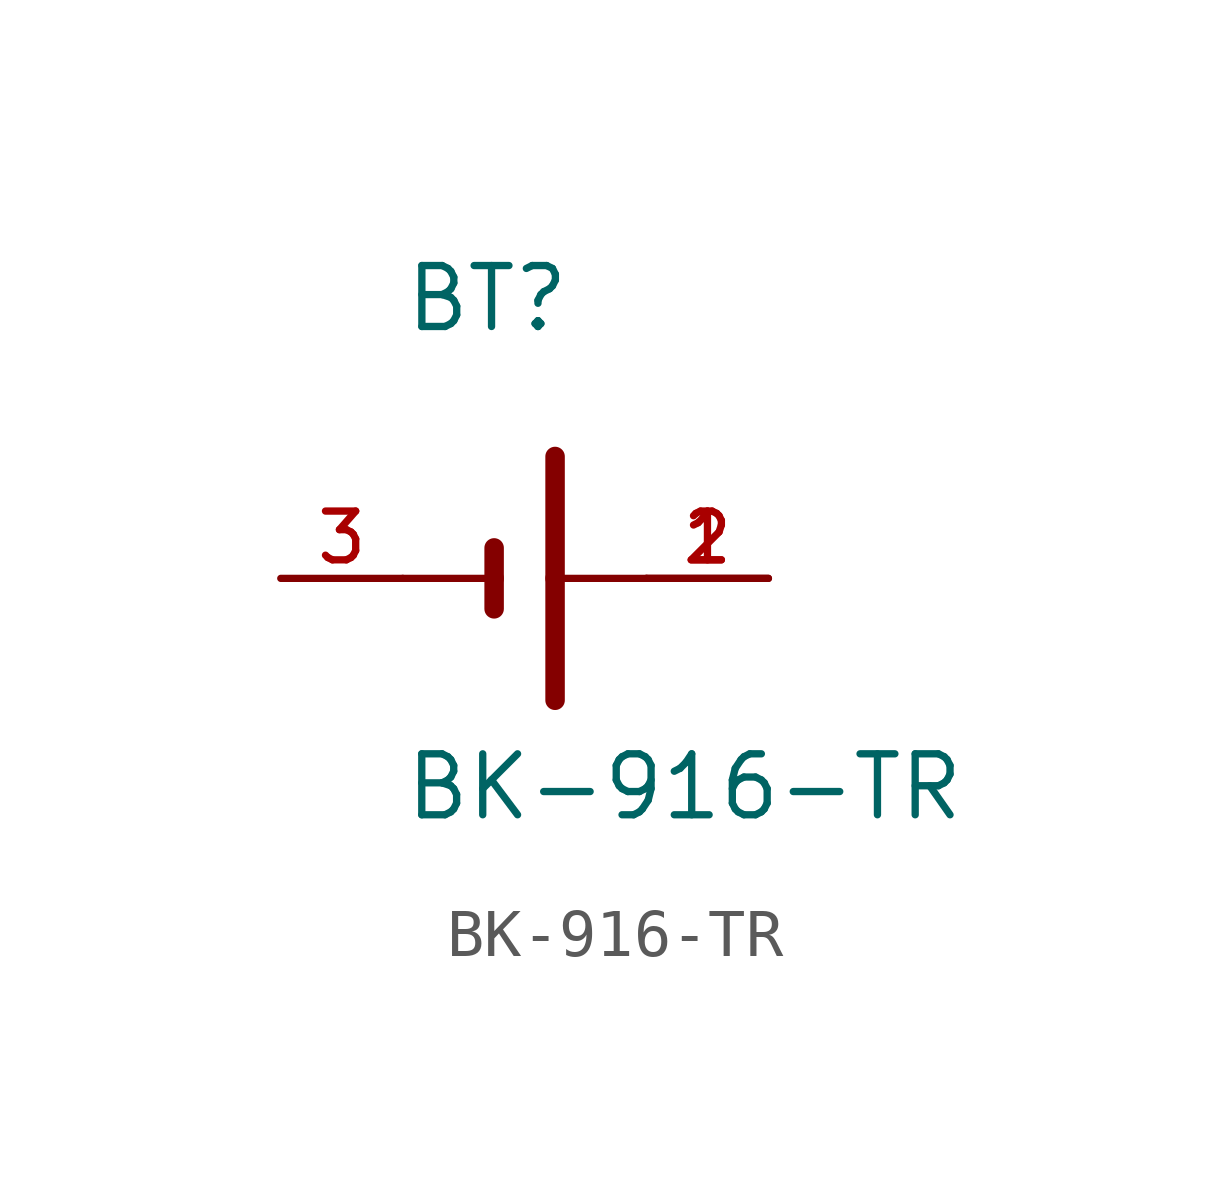
<source format=kicad_sym>
(kicad_symbol_lib
  (version 20211014)
  (generator kicad_symbol_editor)
  (symbol "BK-916-TR"
    (pin_names
      (offset 1.016))
    (property "Reference" "BT"
      (at -2.543 5.085 0)
      (effects (font (size 1.27 1.27)) (justify bottom left)))
    (property "Value" "BK-916-TR"
      (at -2.545 -5.089 0)
      (effects (font (size 1.27 1.27)) (justify bottom left)))
    (symbol "BK-916-TR_0_0"
      (polyline (pts (xy -0.635 0.635) (xy -0.635 0.0)) (stroke (width 0.406)))
      (polyline (pts (xy -2.54 0.0) (xy -0.635 0.0)) (stroke (width 0.152)))
      (polyline (pts (xy -0.635 0.0) (xy -0.635 -0.635)) (stroke (width 0.406)))
      (polyline (pts (xy 0.635 2.54) (xy 0.635 0.0)) (stroke (width 0.406)))
      (polyline (pts (xy 0.635 0.0) (xy 2.54 0.0)) (stroke (width 0.152)))
      (polyline (pts (xy 0.635 0.0) (xy 0.635 -2.54)) (stroke (width 0.406)))
      (pin passive line (at 5.08 0.0 180.0) (length 2.54) (name "~" (effects (font (size 1.016 1.016)))) (number "1" (effects (font (size 1.016 1.016)))))
      (pin passive line (at 5.08 0.0 180.0) (length 2.54) (name "~" (effects (font (size 1.016 1.016)))) (number "2" (effects (font (size 1.016 1.016)))))
      (pin passive line (at -5.08 0.0 0) (length 2.54) (name "~" (effects (font (size 1.016 1.016)))) (number "3" (effects (font (size 1.016 1.016))))))))
</source>
